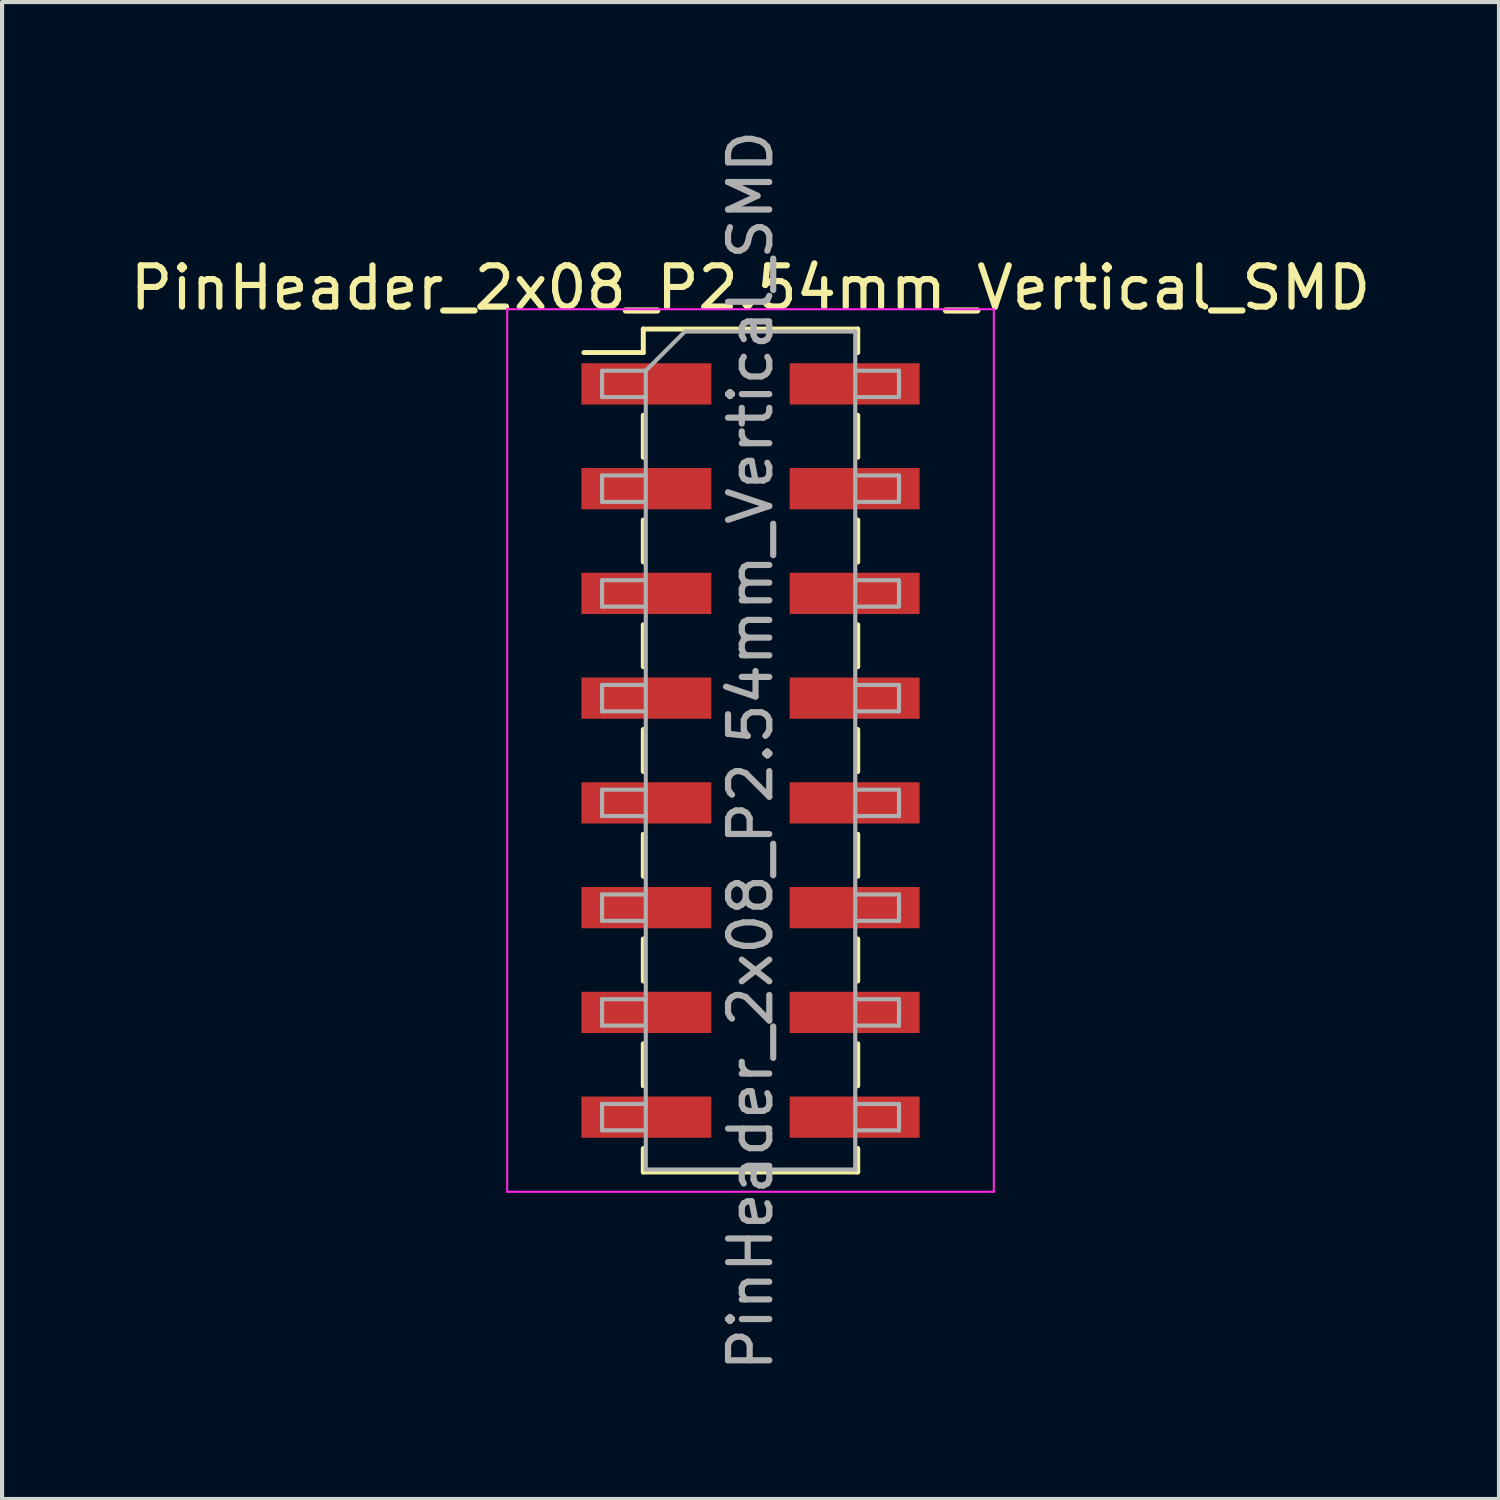
<source format=kicad_pcb>
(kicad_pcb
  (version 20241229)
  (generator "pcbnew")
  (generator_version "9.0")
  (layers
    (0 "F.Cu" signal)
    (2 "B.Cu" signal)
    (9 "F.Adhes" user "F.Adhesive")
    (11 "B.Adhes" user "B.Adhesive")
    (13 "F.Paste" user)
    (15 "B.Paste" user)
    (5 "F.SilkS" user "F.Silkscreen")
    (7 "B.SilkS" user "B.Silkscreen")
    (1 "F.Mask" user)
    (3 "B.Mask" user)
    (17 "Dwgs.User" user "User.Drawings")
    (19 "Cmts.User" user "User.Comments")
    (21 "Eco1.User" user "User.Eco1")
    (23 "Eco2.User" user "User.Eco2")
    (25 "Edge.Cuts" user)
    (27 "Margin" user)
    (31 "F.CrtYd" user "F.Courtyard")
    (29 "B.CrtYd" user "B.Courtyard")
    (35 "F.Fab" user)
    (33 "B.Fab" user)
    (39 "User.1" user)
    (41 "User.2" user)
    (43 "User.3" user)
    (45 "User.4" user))
  (footprint "PinHeader_2x08_P2.54mm_Vertical_SMD"
    (layer "F.Cu")
    (at 15.149 15.149)
    (property "Reference" "PinHeader_2x08_P2.54mm_Vertical_SMD" (at 0 -11.22 180) (layer "F.SilkS") (effects (font (size 1 1) (thickness 0.15))))
    (attr smd)
    (fp_line (start -4.04 -9.65) (end -2.6 -9.65) (stroke (width 0.12) (type solid)) (layer "F.SilkS"))
    (fp_line (start -2.6 -10.22) (end -2.6 -9.65) (stroke (width 0.12) (type solid)) (layer "F.SilkS"))
    (fp_line (start -2.6 -10.22) (end 2.6 -10.22) (stroke (width 0.12) (type solid)) (layer "F.SilkS"))
    (fp_line (start -2.6 -8.13) (end -2.6 -7.11) (stroke (width 0.12) (type solid)) (layer "F.SilkS"))
    (fp_line (start -2.6 -5.59) (end -2.6 -4.57) (stroke (width 0.12) (type solid)) (layer "F.SilkS"))
    (fp_line (start -2.6 -3.05) (end -2.6 -2.03) (stroke (width 0.12) (type solid)) (layer "F.SilkS"))
    (fp_line (start -2.6 -0.51) (end -2.6 0.51) (stroke (width 0.12) (type solid)) (layer "F.SilkS"))
    (fp_line (start -2.6 2.03) (end -2.6 3.05) (stroke (width 0.12) (type solid)) (layer "F.SilkS"))
    (fp_line (start -2.6 4.57) (end -2.6 5.59) (stroke (width 0.12) (type solid)) (layer "F.SilkS"))
    (fp_line (start -2.6 7.11) (end -2.6 8.13) (stroke (width 0.12) (type solid)) (layer "F.SilkS"))
    (fp_line (start -2.6 9.65) (end -2.6 10.22) (stroke (width 0.12) (type solid)) (layer "F.SilkS"))
    (fp_line (start -2.6 10.22) (end 2.6 10.22) (stroke (width 0.12) (type solid)) (layer "F.SilkS"))
    (fp_line (start 2.6 -10.22) (end 2.6 -9.65) (stroke (width 0.12) (type solid)) (layer "F.SilkS"))
    (fp_line (start 2.6 -8.13) (end 2.6 -7.11) (stroke (width 0.12) (type solid)) (layer "F.SilkS"))
    (fp_line (start 2.6 -5.59) (end 2.6 -4.57) (stroke (width 0.12) (type solid)) (layer "F.SilkS"))
    (fp_line (start 2.6 -3.05) (end 2.6 -2.03) (stroke (width 0.12) (type solid)) (layer "F.SilkS"))
    (fp_line (start 2.6 -0.51) (end 2.6 0.51) (stroke (width 0.12) (type solid)) (layer "F.SilkS"))
    (fp_line (start 2.6 2.03) (end 2.6 3.05) (stroke (width 0.12) (type solid)) (layer "F.SilkS"))
    (fp_line (start 2.6 4.57) (end 2.6 5.59) (stroke (width 0.12) (type solid)) (layer "F.SilkS"))
    (fp_line (start 2.6 7.11) (end 2.6 8.13) (stroke (width 0.12) (type solid)) (layer "F.SilkS"))
    (fp_line (start 2.6 9.65) (end 2.6 10.22) (stroke (width 0.12) (type solid)) (layer "F.SilkS"))
    (fp_line (start -5.9 -10.7) (end -5.9 10.7) (stroke (width 0.05) (type solid)) (layer "F.CrtYd"))
    (fp_line (start -5.9 10.7) (end 5.9 10.7) (stroke (width 0.05) (type solid)) (layer "F.CrtYd"))
    (fp_line (start 5.9 -10.7) (end -5.9 -10.7) (stroke (width 0.05) (type solid)) (layer "F.CrtYd"))
    (fp_line (start 5.9 10.7) (end 5.9 -10.7) (stroke (width 0.05) (type solid)) (layer "F.CrtYd"))
    (fp_line (start -3.6 -9.21) (end -3.6 -8.57) (stroke (width 0.1) (type solid)) (layer "F.Fab"))
    (fp_line (start -3.6 -8.57) (end -2.54 -8.57) (stroke (width 0.1) (type solid)) (layer "F.Fab"))
    (fp_line (start -3.6 -6.67) (end -3.6 -6.03) (stroke (width 0.1) (type solid)) (layer "F.Fab"))
    (fp_line (start -3.6 -6.03) (end -2.54 -6.03) (stroke (width 0.1) (type solid)) (layer "F.Fab"))
    (fp_line (start -3.6 -4.13) (end -3.6 -3.49) (stroke (width 0.1) (type solid)) (layer "F.Fab"))
    (fp_line (start -3.6 -3.49) (end -2.54 -3.49) (stroke (width 0.1) (type solid)) (layer "F.Fab"))
    (fp_line (start -3.6 -1.59) (end -3.6 -0.95) (stroke (width 0.1) (type solid)) (layer "F.Fab"))
    (fp_line (start -3.6 -0.95) (end -2.54 -0.95) (stroke (width 0.1) (type solid)) (layer "F.Fab"))
    (fp_line (start -3.6 0.95) (end -3.6 1.59) (stroke (width 0.1) (type solid)) (layer "F.Fab"))
    (fp_line (start -3.6 1.59) (end -2.54 1.59) (stroke (width 0.1) (type solid)) (layer "F.Fab"))
    (fp_line (start -3.6 3.49) (end -3.6 4.13) (stroke (width 0.1) (type solid)) (layer "F.Fab"))
    (fp_line (start -3.6 4.13) (end -2.54 4.13) (stroke (width 0.1) (type solid)) (layer "F.Fab"))
    (fp_line (start -3.6 6.03) (end -3.6 6.67) (stroke (width 0.1) (type solid)) (layer "F.Fab"))
    (fp_line (start -3.6 6.67) (end -2.54 6.67) (stroke (width 0.1) (type solid)) (layer "F.Fab"))
    (fp_line (start -3.6 8.57) (end -3.6 9.21) (stroke (width 0.1) (type solid)) (layer "F.Fab"))
    (fp_line (start -3.6 9.21) (end -2.54 9.21) (stroke (width 0.1) (type solid)) (layer "F.Fab"))
    (fp_line (start -2.54 -9.21) (end -3.6 -9.21) (stroke (width 0.1) (type solid)) (layer "F.Fab"))
    (fp_line (start -2.54 -9.21) (end -1.59 -10.16) (stroke (width 0.1) (type solid)) (layer "F.Fab"))
    (fp_line (start -2.54 -6.67) (end -3.6 -6.67) (stroke (width 0.1) (type solid)) (layer "F.Fab"))
    (fp_line (start -2.54 -4.13) (end -3.6 -4.13) (stroke (width 0.1) (type solid)) (layer "F.Fab"))
    (fp_line (start -2.54 -1.59) (end -3.6 -1.59) (stroke (width 0.1) (type solid)) (layer "F.Fab"))
    (fp_line (start -2.54 0.95) (end -3.6 0.95) (stroke (width 0.1) (type solid)) (layer "F.Fab"))
    (fp_line (start -2.54 3.49) (end -3.6 3.49) (stroke (width 0.1) (type solid)) (layer "F.Fab"))
    (fp_line (start -2.54 6.03) (end -3.6 6.03) (stroke (width 0.1) (type solid)) (layer "F.Fab"))
    (fp_line (start -2.54 8.57) (end -3.6 8.57) (stroke (width 0.1) (type solid)) (layer "F.Fab"))
    (fp_line (start -2.54 10.16) (end -2.54 -9.21) (stroke (width 0.1) (type solid)) (layer "F.Fab"))
    (fp_line (start -1.59 -10.16) (end 2.54 -10.16) (stroke (width 0.1) (type solid)) (layer "F.Fab"))
    (fp_line (start 2.54 -10.16) (end 2.54 10.16) (stroke (width 0.1) (type solid)) (layer "F.Fab"))
    (fp_line (start 2.54 -9.21) (end 3.6 -9.21) (stroke (width 0.1) (type solid)) (layer "F.Fab"))
    (fp_line (start 2.54 -6.67) (end 3.6 -6.67) (stroke (width 0.1) (type solid)) (layer "F.Fab"))
    (fp_line (start 2.54 -4.13) (end 3.6 -4.13) (stroke (width 0.1) (type solid)) (layer "F.Fab"))
    (fp_line (start 2.54 -1.59) (end 3.6 -1.59) (stroke (width 0.1) (type solid)) (layer "F.Fab"))
    (fp_line (start 2.54 0.95) (end 3.6 0.95) (stroke (width 0.1) (type solid)) (layer "F.Fab"))
    (fp_line (start 2.54 3.49) (end 3.6 3.49) (stroke (width 0.1) (type solid)) (layer "F.Fab"))
    (fp_line (start 2.54 6.03) (end 3.6 6.03) (stroke (width 0.1) (type solid)) (layer "F.Fab"))
    (fp_line (start 2.54 8.57) (end 3.6 8.57) (stroke (width 0.1) (type solid)) (layer "F.Fab"))
    (fp_line (start 2.54 10.16) (end -2.54 10.16) (stroke (width 0.1) (type solid)) (layer "F.Fab"))
    (fp_line (start 3.6 -9.21) (end 3.6 -8.57) (stroke (width 0.1) (type solid)) (layer "F.Fab"))
    (fp_line (start 3.6 -8.57) (end 2.54 -8.57) (stroke (width 0.1) (type solid)) (layer "F.Fab"))
    (fp_line (start 3.6 -6.67) (end 3.6 -6.03) (stroke (width 0.1) (type solid)) (layer "F.Fab"))
    (fp_line (start 3.6 -6.03) (end 2.54 -6.03) (stroke (width 0.1) (type solid)) (layer "F.Fab"))
    (fp_line (start 3.6 -4.13) (end 3.6 -3.49) (stroke (width 0.1) (type solid)) (layer "F.Fab"))
    (fp_line (start 3.6 -3.49) (end 2.54 -3.49) (stroke (width 0.1) (type solid)) (layer "F.Fab"))
    (fp_line (start 3.6 -1.59) (end 3.6 -0.95) (stroke (width 0.1) (type solid)) (layer "F.Fab"))
    (fp_line (start 3.6 -0.95) (end 2.54 -0.95) (stroke (width 0.1) (type solid)) (layer "F.Fab"))
    (fp_line (start 3.6 0.95) (end 3.6 1.59) (stroke (width 0.1) (type solid)) (layer "F.Fab"))
    (fp_line (start 3.6 1.59) (end 2.54 1.59) (stroke (width 0.1) (type solid)) (layer "F.Fab"))
    (fp_line (start 3.6 3.49) (end 3.6 4.13) (stroke (width 0.1) (type solid)) (layer "F.Fab"))
    (fp_line (start 3.6 4.13) (end 2.54 4.13) (stroke (width 0.1) (type solid)) (layer "F.Fab"))
    (fp_line (start 3.6 6.03) (end 3.6 6.67) (stroke (width 0.1) (type solid)) (layer "F.Fab"))
    (fp_line (start 3.6 6.67) (end 2.54 6.67) (stroke (width 0.1) (type solid)) (layer "F.Fab"))
    (fp_line (start 3.6 8.57) (end 3.6 9.21) (stroke (width 0.1) (type solid)) (layer "F.Fab"))
    (fp_line (start 3.6 9.21) (end 2.54 9.21) (stroke (width 0.1) (type solid)) (layer "F.Fab"))
    (fp_text user "${REFERENCE}" (at 0 0 90) (layer "F.Fab") (effects (font (size 1 1) (thickness 0.15))))
    (pad "1" smd rect (at -2.525 -8.89) (size 3.15 1) (layers "F.Cu" "F.Mask" "F.Paste"))
    (pad "2" smd rect (at 2.525 -8.89) (size 3.15 1) (layers "F.Cu" "F.Mask" "F.Paste"))
    (pad "3" smd rect (at -2.525 -6.35) (size 3.15 1) (layers "F.Cu" "F.Mask" "F.Paste"))
    (pad "4" smd rect (at 2.525 -6.35) (size 3.15 1) (layers "F.Cu" "F.Mask" "F.Paste"))
    (pad "5" smd rect (at -2.525 -3.81) (size 3.15 1) (layers "F.Cu" "F.Mask" "F.Paste"))
    (pad "6" smd rect (at 2.525 -3.81) (size 3.15 1) (layers "F.Cu" "F.Mask" "F.Paste"))
    (pad "7" smd rect (at -2.525 -1.27) (size 3.15 1) (layers "F.Cu" "F.Mask" "F.Paste"))
    (pad "8" smd rect (at 2.525 -1.27) (size 3.15 1) (layers "F.Cu" "F.Mask" "F.Paste"))
    (pad "9" smd rect (at -2.525 1.27) (size 3.15 1) (layers "F.Cu" "F.Mask" "F.Paste"))
    (pad "10" smd rect (at 2.525 1.27) (size 3.15 1) (layers "F.Cu" "F.Mask" "F.Paste"))
    (pad "11" smd rect (at -2.525 3.81) (size 3.15 1) (layers "F.Cu" "F.Mask" "F.Paste"))
    (pad "12" smd rect (at 2.525 3.81) (size 3.15 1) (layers "F.Cu" "F.Mask" "F.Paste"))
    (pad "13" smd rect (at -2.525 6.35) (size 3.15 1) (layers "F.Cu" "F.Mask" "F.Paste"))
    (pad "14" smd rect (at 2.525 6.35) (size 3.15 1) (layers "F.Cu" "F.Mask" "F.Paste"))
    (pad "15" smd rect (at -2.525 8.89) (size 3.15 1) (layers "F.Cu" "F.Mask" "F.Paste"))
    (pad "16" smd rect (at 2.525 8.89) (size 3.15 1) (layers "F.Cu" "F.Mask" "F.Paste")))
  (gr_rect
    (start -3 -3)
    (end 33.298 33.298)
    (stroke (width 0.1) (type default))
    (fill no)
    (layer "Edge.Cuts")))
</source>
